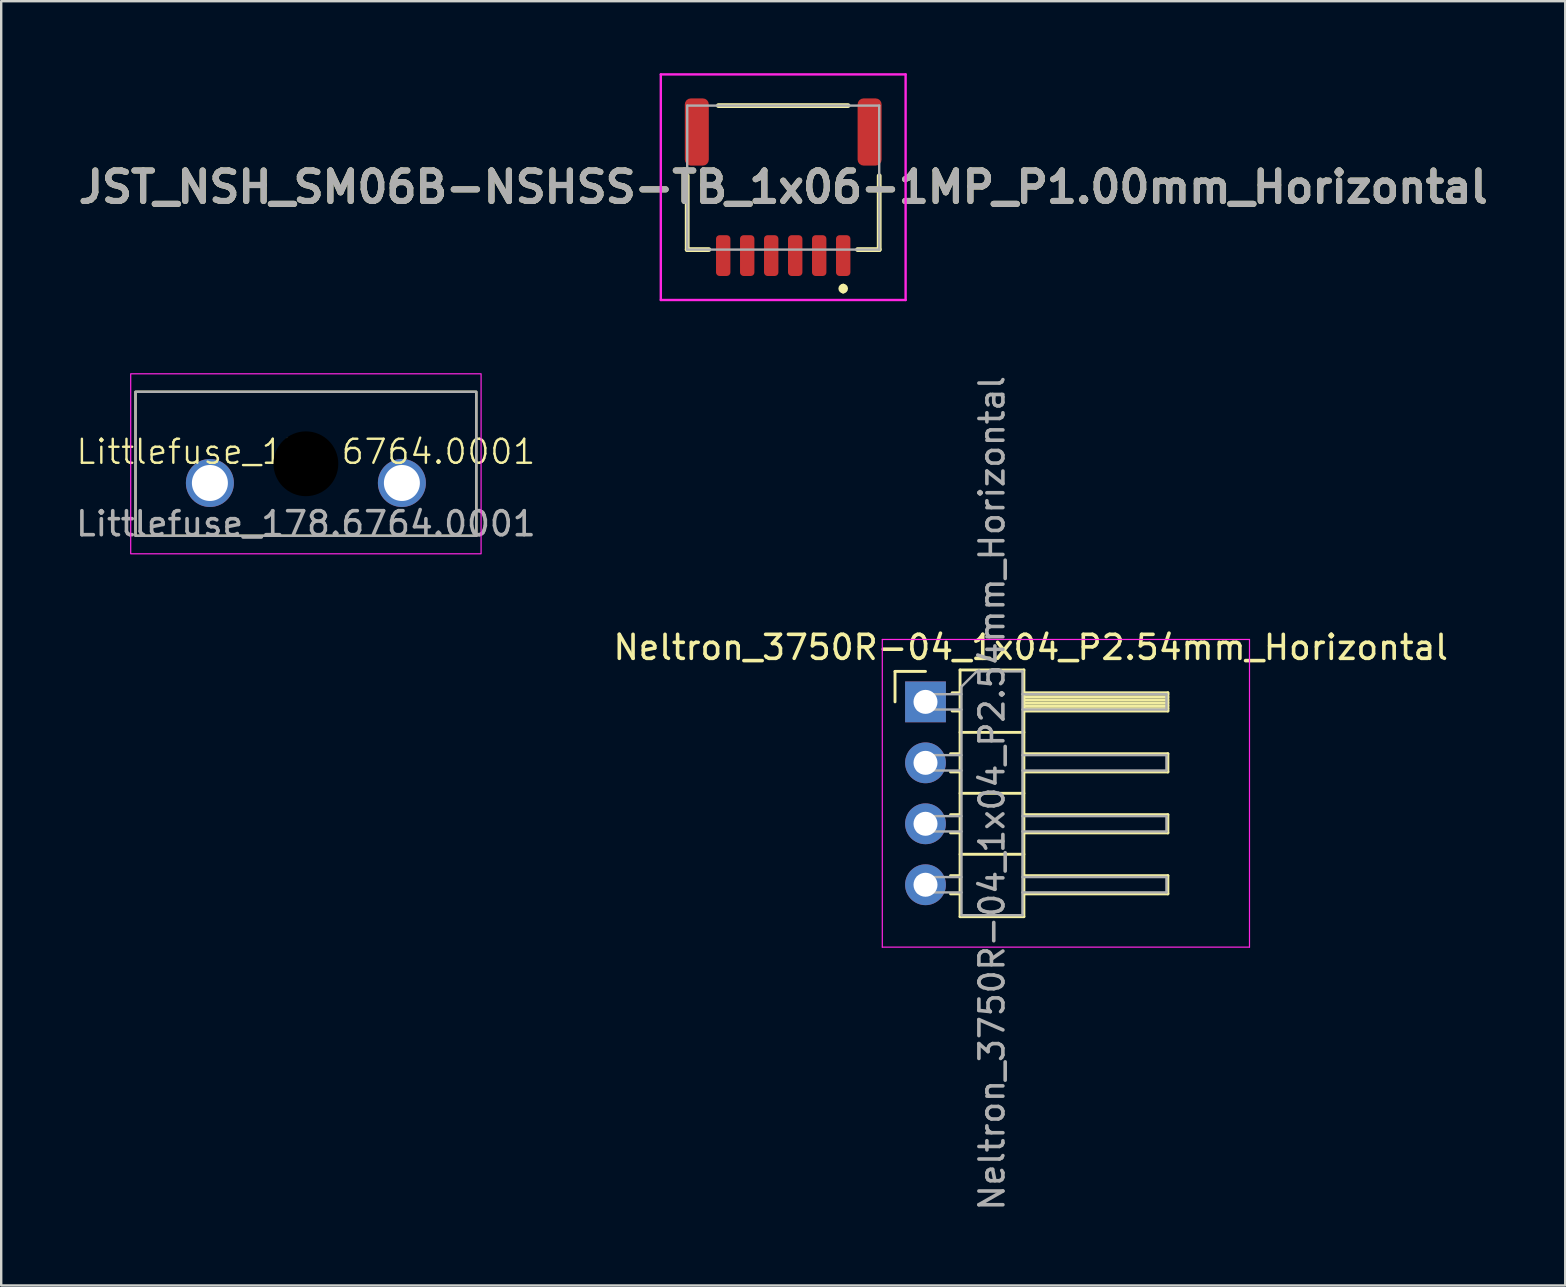
<source format=kicad_pcb>
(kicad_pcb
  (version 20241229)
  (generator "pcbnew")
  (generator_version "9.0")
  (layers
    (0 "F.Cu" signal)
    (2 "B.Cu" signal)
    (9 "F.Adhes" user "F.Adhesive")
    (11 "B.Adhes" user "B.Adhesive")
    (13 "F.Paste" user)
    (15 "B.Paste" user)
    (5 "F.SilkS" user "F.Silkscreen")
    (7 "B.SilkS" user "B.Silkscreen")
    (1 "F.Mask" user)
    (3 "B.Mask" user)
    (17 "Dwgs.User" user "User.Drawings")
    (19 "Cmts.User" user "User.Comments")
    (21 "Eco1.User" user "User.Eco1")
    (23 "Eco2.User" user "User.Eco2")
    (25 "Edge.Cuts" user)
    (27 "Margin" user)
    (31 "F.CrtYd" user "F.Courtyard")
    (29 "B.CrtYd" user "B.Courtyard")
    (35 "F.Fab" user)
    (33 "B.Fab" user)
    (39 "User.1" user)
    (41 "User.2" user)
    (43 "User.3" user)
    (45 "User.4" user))
  (footprint "Neltron_3750R-04_1x04_P2.54mm_Horizontal"
    (layer "F.Cu")
    (at 35.514 26.196)
    (property "Reference" "Neltron_3750R-04_1x04_P2.54mm_Horizontal" (at 4.385 -2.27 0) (layer "F.SilkS") (effects (font (size 1 1) (thickness 0.15))))
    (attr through_hole)
    (fp_line (start -1.27 -1.27) (end 0 -1.27) (stroke (width 0.12) (type solid)) (layer "F.SilkS"))
    (fp_line (start -1.27 0) (end -1.27 -1.27) (stroke (width 0.12) (type solid)) (layer "F.SilkS"))
    (fp_line (start 1.043 2.16) (end 1.44 2.16) (stroke (width 0.12) (type solid)) (layer "F.SilkS"))
    (fp_line (start 1.043 2.92) (end 1.44 2.92) (stroke (width 0.12) (type solid)) (layer "F.SilkS"))
    (fp_line (start 1.043 4.7) (end 1.44 4.7) (stroke (width 0.12) (type solid)) (layer "F.SilkS"))
    (fp_line (start 1.043 5.46) (end 1.44 5.46) (stroke (width 0.12) (type solid)) (layer "F.SilkS"))
    (fp_line (start 1.043 7.24) (end 1.44 7.24) (stroke (width 0.12) (type solid)) (layer "F.SilkS"))
    (fp_line (start 1.043 8) (end 1.44 8) (stroke (width 0.12) (type solid)) (layer "F.SilkS"))
    (fp_line (start 1.11 -0.38) (end 1.44 -0.38) (stroke (width 0.12) (type solid)) (layer "F.SilkS"))
    (fp_line (start 1.11 0.38) (end 1.44 0.38) (stroke (width 0.12) (type solid)) (layer "F.SilkS"))
    (fp_line (start 1.44 -1.33) (end 1.44 8.95) (stroke (width 0.12) (type solid)) (layer "F.SilkS"))
    (fp_line (start 1.44 1.27) (end 4.1 1.27) (stroke (width 0.12) (type solid)) (layer "F.SilkS"))
    (fp_line (start 1.44 3.81) (end 4.1 3.81) (stroke (width 0.12) (type solid)) (layer "F.SilkS"))
    (fp_line (start 1.44 6.35) (end 4.1 6.35) (stroke (width 0.12) (type solid)) (layer "F.SilkS"))
    (fp_line (start 1.44 8.95) (end 4.1 8.95) (stroke (width 0.12) (type solid)) (layer "F.SilkS"))
    (fp_line (start 4.1 -1.33) (end 1.44 -1.33) (stroke (width 0.12) (type solid)) (layer "F.SilkS"))
    (fp_line (start 4.1 -0.38) (end 10.1 -0.38) (stroke (width 0.12) (type solid)) (layer "F.SilkS"))
    (fp_line (start 4.1 -0.32) (end 10.1 -0.32) (stroke (width 0.12) (type solid)) (layer "F.SilkS"))
    (fp_line (start 4.1 -0.2) (end 10.1 -0.2) (stroke (width 0.12) (type solid)) (layer "F.SilkS"))
    (fp_line (start 4.1 -0.08) (end 10.1 -0.08) (stroke (width 0.12) (type solid)) (layer "F.SilkS"))
    (fp_line (start 4.1 0.04) (end 10.1 0.04) (stroke (width 0.12) (type solid)) (layer "F.SilkS"))
    (fp_line (start 4.1 0.16) (end 10.1 0.16) (stroke (width 0.12) (type solid)) (layer "F.SilkS"))
    (fp_line (start 4.1 0.28) (end 10.1 0.28) (stroke (width 0.12) (type solid)) (layer "F.SilkS"))
    (fp_line (start 4.1 2.16) (end 10.1 2.16) (stroke (width 0.12) (type solid)) (layer "F.SilkS"))
    (fp_line (start 4.1 4.7) (end 10.1 4.7) (stroke (width 0.12) (type solid)) (layer "F.SilkS"))
    (fp_line (start 4.1 7.24) (end 10.1 7.24) (stroke (width 0.12) (type solid)) (layer "F.SilkS"))
    (fp_line (start 4.1 8.95) (end 4.1 -1.33) (stroke (width 0.12) (type solid)) (layer "F.SilkS"))
    (fp_line (start 10.1 -0.38) (end 10.1 0.38) (stroke (width 0.12) (type solid)) (layer "F.SilkS"))
    (fp_line (start 10.1 0.38) (end 4.1 0.38) (stroke (width 0.12) (type solid)) (layer "F.SilkS"))
    (fp_line (start 10.1 2.16) (end 10.1 2.92) (stroke (width 0.12) (type solid)) (layer "F.SilkS"))
    (fp_line (start 10.1 2.92) (end 4.1 2.92) (stroke (width 0.12) (type solid)) (layer "F.SilkS"))
    (fp_line (start 10.1 4.7) (end 10.1 5.46) (stroke (width 0.12) (type solid)) (layer "F.SilkS"))
    (fp_line (start 10.1 5.46) (end 4.1 5.46) (stroke (width 0.12) (type solid)) (layer "F.SilkS"))
    (fp_line (start 10.1 7.24) (end 10.1 8) (stroke (width 0.12) (type solid)) (layer "F.SilkS"))
    (fp_line (start 10.1 8) (end 4.1 8) (stroke (width 0.12) (type solid)) (layer "F.SilkS"))
    (fp_line (start -1.8 -2.6) (end -1.8 10.22) (stroke (width 0.05) (type solid)) (layer "F.CrtYd"))
    (fp_line (start -1.8 10.22) (end 13.5 10.22) (stroke (width 0.05) (type solid)) (layer "F.CrtYd"))
    (fp_line (start 13.5 -2.6) (end -1.8 -2.6) (stroke (width 0.05) (type solid)) (layer "F.CrtYd"))
    (fp_line (start 13.5 10.22) (end 13.5 -2.6) (stroke (width 0.05) (type solid)) (layer "F.CrtYd"))
    (fp_line (start -0.32 -0.32) (end -0.32 0.32) (stroke (width 0.1) (type solid)) (layer "F.Fab"))
    (fp_line (start -0.32 -0.32) (end 1.5 -0.32) (stroke (width 0.1) (type solid)) (layer "F.Fab"))
    (fp_line (start -0.32 0.32) (end 1.5 0.32) (stroke (width 0.1) (type solid)) (layer "F.Fab"))
    (fp_line (start -0.32 2.22) (end -0.32 2.86) (stroke (width 0.1) (type solid)) (layer "F.Fab"))
    (fp_line (start -0.32 2.22) (end 1.5 2.22) (stroke (width 0.1) (type solid)) (layer "F.Fab"))
    (fp_line (start -0.32 2.86) (end 1.5 2.86) (stroke (width 0.1) (type solid)) (layer "F.Fab"))
    (fp_line (start -0.32 4.76) (end -0.32 5.4) (stroke (width 0.1) (type solid)) (layer "F.Fab"))
    (fp_line (start -0.32 4.76) (end 1.5 4.76) (stroke (width 0.1) (type solid)) (layer "F.Fab"))
    (fp_line (start -0.32 5.4) (end 1.5 5.4) (stroke (width 0.1) (type solid)) (layer "F.Fab"))
    (fp_line (start -0.32 7.3) (end -0.32 7.94) (stroke (width 0.1) (type solid)) (layer "F.Fab"))
    (fp_line (start -0.32 7.3) (end 1.5 7.3) (stroke (width 0.1) (type solid)) (layer "F.Fab"))
    (fp_line (start -0.32 7.94) (end 1.5 7.94) (stroke (width 0.1) (type solid)) (layer "F.Fab"))
    (fp_line (start 1.5 -0.635) (end 2.135 -1.27) (stroke (width 0.1) (type solid)) (layer "F.Fab"))
    (fp_line (start 1.5 8.89) (end 1.5 -0.635) (stroke (width 0.1) (type solid)) (layer "F.Fab"))
    (fp_line (start 2.135 -1.27) (end 4.04 -1.27) (stroke (width 0.1) (type solid)) (layer "F.Fab"))
    (fp_line (start 4.04 -1.27) (end 4.04 8.89) (stroke (width 0.1) (type solid)) (layer "F.Fab"))
    (fp_line (start 4.04 -0.32) (end 10.04 -0.32) (stroke (width 0.1) (type solid)) (layer "F.Fab"))
    (fp_line (start 4.04 0.32) (end 10.04 0.32) (stroke (width 0.1) (type solid)) (layer "F.Fab"))
    (fp_line (start 4.04 2.22) (end 10.04 2.22) (stroke (width 0.1) (type solid)) (layer "F.Fab"))
    (fp_line (start 4.04 2.86) (end 10.04 2.86) (stroke (width 0.1) (type solid)) (layer "F.Fab"))
    (fp_line (start 4.04 4.76) (end 10.04 4.76) (stroke (width 0.1) (type solid)) (layer "F.Fab"))
    (fp_line (start 4.04 5.4) (end 10.04 5.4) (stroke (width 0.1) (type solid)) (layer "F.Fab"))
    (fp_line (start 4.04 7.3) (end 10.04 7.3) (stroke (width 0.1) (type solid)) (layer "F.Fab"))
    (fp_line (start 4.04 7.94) (end 10.04 7.94) (stroke (width 0.1) (type solid)) (layer "F.Fab"))
    (fp_line (start 4.04 8.89) (end 1.5 8.89) (stroke (width 0.1) (type solid)) (layer "F.Fab"))
    (fp_line (start 10.04 -0.32) (end 10.04 0.32) (stroke (width 0.1) (type solid)) (layer "F.Fab"))
    (fp_line (start 10.04 2.22) (end 10.04 2.86) (stroke (width 0.1) (type solid)) (layer "F.Fab"))
    (fp_line (start 10.04 4.76) (end 10.04 5.4) (stroke (width 0.1) (type solid)) (layer "F.Fab"))
    (fp_line (start 10.04 7.3) (end 10.04 7.94) (stroke (width 0.1) (type solid)) (layer "F.Fab"))
    (fp_text user "${REFERENCE}" (at 2.77 3.81 90) (layer "F.Fab") (effects (font (size 1 1) (thickness 0.15))))
    (pad "1" thru_hole rect (at 0 0) (size 1.7 1.7) (drill 1) (layers "*.Cu" "*.Mask"))
    (pad "2" thru_hole oval (at 0 2.54) (size 1.7 1.7) (drill 1) (layers "*.Cu" "*.Mask"))
    (pad "3" thru_hole oval (at 0 5.08) (size 1.7 1.7) (drill 1) (layers "*.Cu" "*.Mask"))
    (pad "4" thru_hole oval (at 0 7.62) (size 1.7 1.7) (drill 1) (layers "*.Cu" "*.Mask")))
  (footprint "JST_NSH_SM06B-NSHSS-TB_1x06-1MP_P1.00mm_Horizontal"
    (layer "F.Cu")
    (at 29.585 7.6)
    (property "Reference" "JST_NSH_SM06B-NSHSS-TB_1x06-1MP_P1.00mm_Horizontal" (at 0 -2.85 0) (layer "F.SilkS") (effects (font (size 1.27 1.27) (thickness 0.254))))
    (attr smd)
    (fp_line (start -4 -3.325) (end -4 -0.25) (stroke (width 0.2) (type solid)) (layer "F.SilkS"))
    (fp_line (start -4 -0.25) (end -3.1 -0.25) (stroke (width 0.2) (type solid)) (layer "F.SilkS"))
    (fp_line (start -2.7 -6.25) (end 2.7 -6.25) (stroke (width 0.2) (type solid)) (layer "F.SilkS"))
    (fp_line (start 2.5 1.275) (end 2.5 1.275) (stroke (width 0.2) (type solid)) (layer "F.SilkS"))
    (fp_line (start 2.5 1.475) (end 2.5 1.475) (stroke (width 0.2) (type solid)) (layer "F.SilkS"))
    (fp_line (start 4 -3.325) (end 4 -0.25) (stroke (width 0.2) (type solid)) (layer "F.SilkS"))
    (fp_line (start 4 -0.25) (end 3.1 -0.25) (stroke (width 0.2) (type solid)) (layer "F.SilkS"))
    (fp_arc (start 2.5 1.275) (mid 2.6 1.375) (end 2.5 1.475) (stroke (width 0.2) (type solid)) (layer "F.SilkS"))
    (fp_arc (start 2.5 1.475) (mid 2.4 1.375) (end 2.5 1.275) (stroke (width 0.2) (type solid)) (layer "F.SilkS"))
    (fp_line (start -5.1 -7.55) (end 5.1 -7.55) (stroke (width 0.1) (type solid)) (layer "F.CrtYd"))
    (fp_line (start -5.1 1.85) (end -5.1 -7.55) (stroke (width 0.1) (type solid)) (layer "F.CrtYd"))
    (fp_line (start 5.1 -7.55) (end 5.1 1.85) (stroke (width 0.1) (type solid)) (layer "F.CrtYd"))
    (fp_line (start 5.1 1.85) (end -5.1 1.85) (stroke (width 0.1) (type solid)) (layer "F.CrtYd"))
    (fp_line (start -4 -6.25) (end 4 -6.25) (stroke (width 0.1) (type solid)) (layer "F.Fab"))
    (fp_line (start -4 -0.25) (end -4 -6.25) (stroke (width 0.1) (type solid)) (layer "F.Fab"))
    (fp_line (start 4 -6.25) (end 4 -0.25) (stroke (width 0.1) (type solid)) (layer "F.Fab"))
    (fp_line (start 4 -0.25) (end -4 -0.25) (stroke (width 0.1) (type solid)) (layer "F.Fab"))
    (fp_text user "${REFERENCE}" (at 0 -2.85 0) (layer "F.Fab") (effects (font (size 1.27 1.27) (thickness 0.254))))
    (pad "1" smd roundrect (at 2.5 0) (size 0.6 1.7) (layers "F.Cu" "F.Mask" "F.Paste") (roundrect_rratio 0.25))
    (pad "2" smd roundrect (at 1.5 0) (size 0.6 1.7) (layers "F.Cu" "F.Mask" "F.Paste") (roundrect_rratio 0.25))
    (pad "3" smd roundrect (at 0.5 0) (size 0.6 1.7) (layers "F.Cu" "F.Mask" "F.Paste") (roundrect_rratio 0.25))
    (pad "4" smd roundrect (at -0.5 0) (size 0.6 1.7) (layers "F.Cu" "F.Mask" "F.Paste") (roundrect_rratio 0.25))
    (pad "5" smd roundrect (at -1.5 0) (size 0.6 1.7) (layers "F.Cu" "F.Mask" "F.Paste") (roundrect_rratio 0.25))
    (pad "6" smd roundrect (at -2.5 0) (size 0.6 1.7) (layers "F.Cu" "F.Mask" "F.Paste") (roundrect_rratio 0.25))
    (pad "MP" smd roundrect (at -3.6 -5.15) (size 1 2.8) (layers "F.Cu" "F.Mask" "F.Paste") (roundrect_rratio 0.25))
    (pad "MP" smd roundrect (at 3.6 -5.15) (size 1 2.8) (layers "F.Cu" "F.Mask" "F.Paste") (roundrect_rratio 0.25)))
  (footprint "Littlefuse_178.6764.0001"
    (layer "F.Cu")
    (at 9.696 16.275)
    (property "Reference" "Littlefuse_178.6764.0001" (at 0 -0.5 0) (unlocked yes) (layer "F.SilkS") (effects (font (size 1 1) (thickness 0.1))))
    (attr through_hole)
    (fp_rect (start -7.1 -3) (end 7.1 3) (stroke (width 0.1) (type default)) (fill no) (layer "F.SilkS"))
    (fp_rect (start -7.3 -3.75) (end 7.3 3.75) (stroke (width 0.05) (type default)) (fill no) (layer "F.CrtYd"))
    (fp_rect (start -7.1 -3) (end 7.1 3) (stroke (width 0.1) (type default)) (fill no) (layer "F.Fab"))
    (fp_text user "${REFERENCE}" (at 0 2.5 0) (unlocked yes) (layer "F.Fab") (effects (font (size 1 1) (thickness 0.15))))
    (pad "" np_thru_hole circle (at 0 0) (size 2.7 2.7) (drill 2.7) (layers "*.Mask"))
    (pad "1" thru_hole circle (at -4 0.8) (size 2 2) (drill 1.5) (layers "*.Cu" "*.Mask"))
    (pad "2" thru_hole circle (at 4 0.8) (size 2 2) (drill 1.5) (layers "*.Cu" "*.Mask")))
  (gr_rect
    (start -3 -3)
    (end 62.17 50.512)
    (stroke (width 0.1) (type default))
    (fill no)
    (layer "Edge.Cuts")))
</source>
